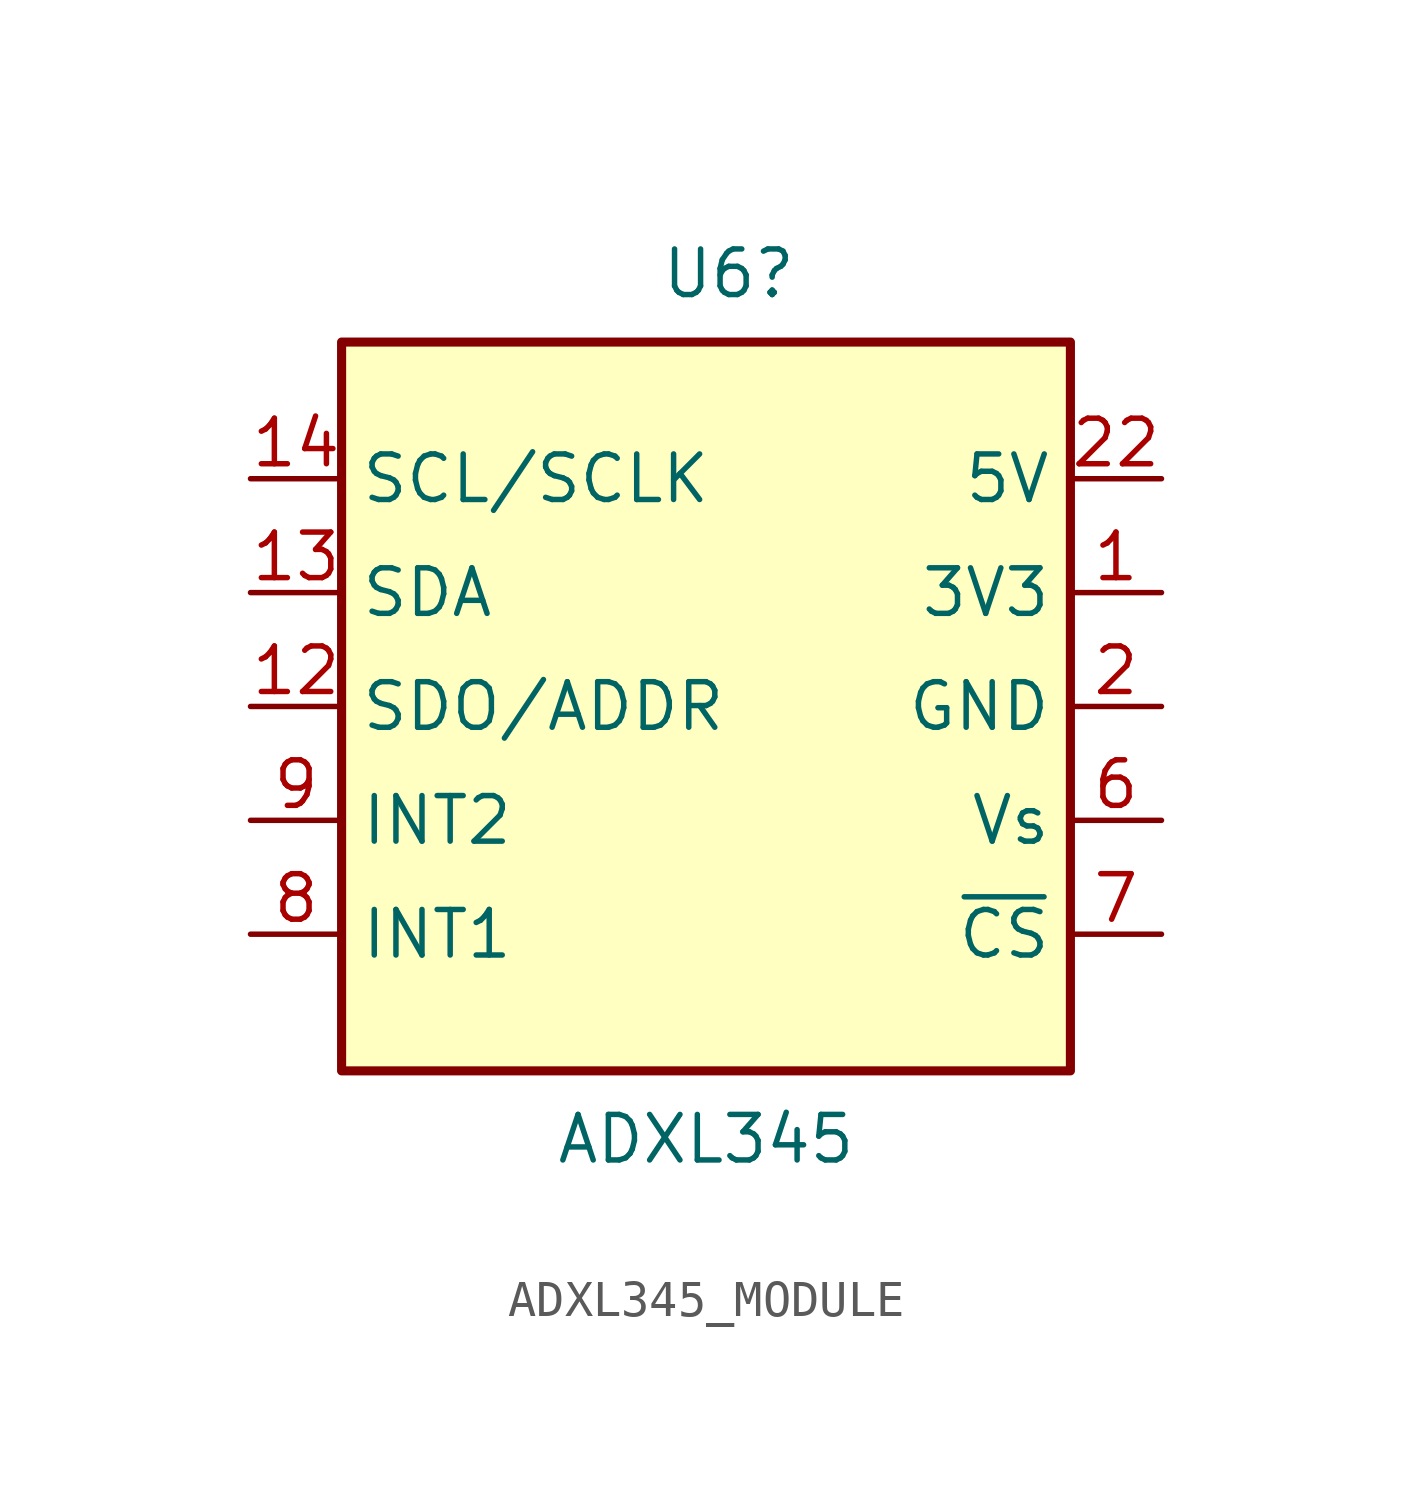
<source format=kicad_sym>
(kicad_symbol_lib
  (version 20220914)
  (generator kicad_symbol_editor)
  (symbol "ADXL345_MODULE"
    (property "Reference" "U6"
      (at 0 -3.81 0)
      (effects (font (size 1.27 1.27))))
    (property "Value" "ADXL345"
      (at -0.635 -27.94 0)
      (effects (font (size 1.27 1.27))))
    (symbol "ADXL345_MODULE_0_1"
      (rectangle (start -10.795 -5.715) (end 9.525 -26.035) (stroke (width 0.254) (type default)) (fill (type background))))
    (symbol "ADXL345_MODULE_1_1"
      (pin power_in line (at 12.065 -12.7 180) (length 2.54) (name "3V3" (effects (font (size 1.27 1.27)))) (number "1" (effects (font (size 1.27 1.27)))))
      (pin bidirectional line (at -13.335 -15.875 0) (length 2.54) (name "SDO/ADDR" (effects (font (size 1.27 1.27)))) (number "12" (effects (font (size 1.27 1.27)))))
      (pin bidirectional line (at -13.335 -12.7 0) (length 2.54) (name "SDA" (effects (font (size 1.27 1.27)))) (number "13" (effects (font (size 1.27 1.27)))))
      (pin input line (at -13.335 -9.525 0) (length 2.54) (name "SCL/SCLK" (effects (font (size 1.27 1.27)))) (number "14" (effects (font (size 1.27 1.27)))))
      (pin power_in line (at 12.065 -15.875 180) (length 2.54) (name "GND" (effects (font (size 1.27 1.27)))) (number "2" (effects (font (size 1.27 1.27)))))
      (pin passive line (at 12.065 -9.525 180) (length 2.54) (name "5V" (effects (font (size 1.27 1.27)))) (number "22" (effects (font (size 1.27 1.27)))))
      (pin power_in line (at 12.065 -19.05 180) (length 2.54) (name "Vs" (effects (font (size 1.27 1.27)))) (number "6" (effects (font (size 1.27 1.27)))))
      (pin input line (at 12.065 -22.225 180) (length 2.54) (name "~{CS}" (effects (font (size 1.27 1.27)))) (number "7" (effects (font (size 1.27 1.27)))))
      (pin output line (at -13.335 -22.225 0) (length 2.54) (name "INT1" (effects (font (size 1.27 1.27)))) (number "8" (effects (font (size 1.27 1.27)))))
      (pin output line (at -13.335 -19.05 0) (length 2.54) (name "INT2" (effects (font (size 1.27 1.27)))) (number "9" (effects (font (size 1.27 1.27))))))))
</source>
